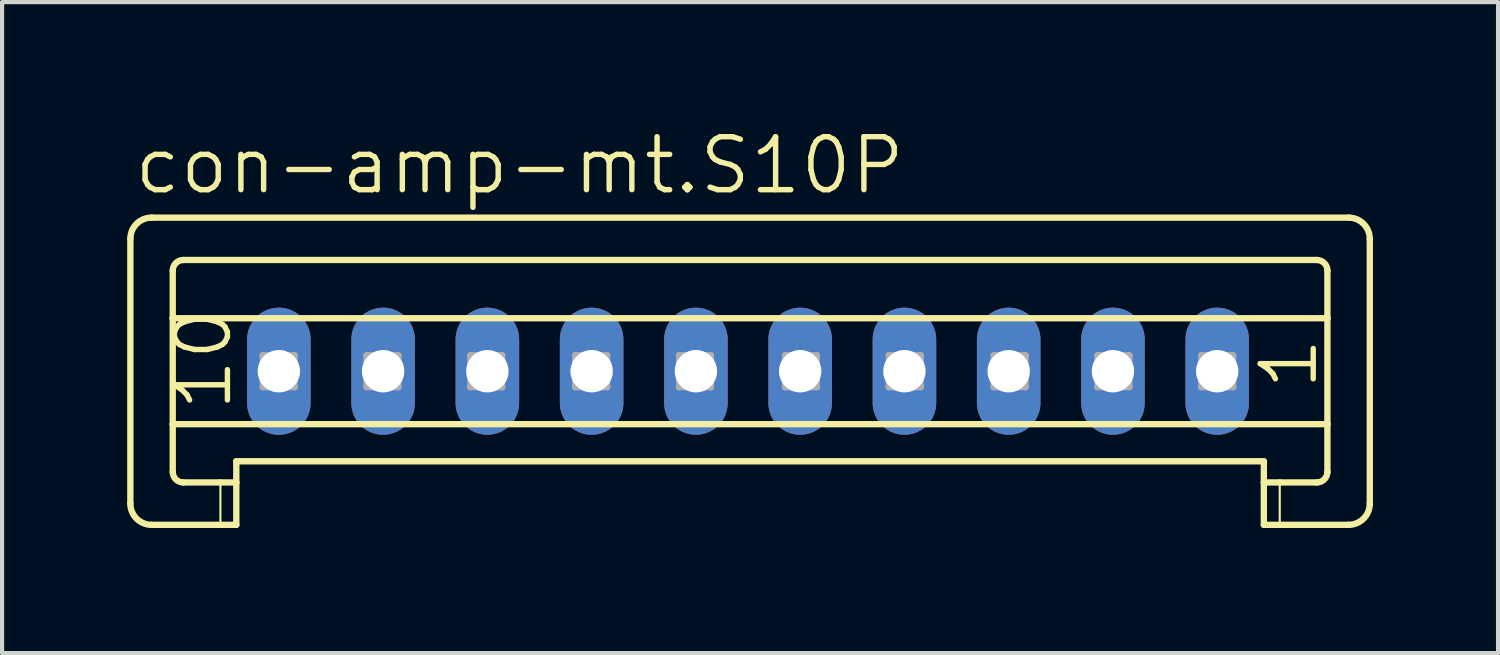
<source format=kicad_pcb>
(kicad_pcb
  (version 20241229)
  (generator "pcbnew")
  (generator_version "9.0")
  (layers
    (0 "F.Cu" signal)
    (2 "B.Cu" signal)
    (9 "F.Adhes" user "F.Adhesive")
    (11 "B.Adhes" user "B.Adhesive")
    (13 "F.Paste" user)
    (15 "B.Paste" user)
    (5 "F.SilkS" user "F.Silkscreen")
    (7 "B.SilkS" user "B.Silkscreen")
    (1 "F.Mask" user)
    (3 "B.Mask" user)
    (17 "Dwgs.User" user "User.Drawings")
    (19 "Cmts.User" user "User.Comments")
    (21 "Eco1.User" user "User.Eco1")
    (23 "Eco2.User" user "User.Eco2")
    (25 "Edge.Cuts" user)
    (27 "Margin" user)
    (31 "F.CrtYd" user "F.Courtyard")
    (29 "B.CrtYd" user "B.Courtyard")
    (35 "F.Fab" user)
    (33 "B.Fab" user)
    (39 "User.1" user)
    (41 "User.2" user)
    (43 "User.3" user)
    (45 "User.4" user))
  (footprint "con-amp-mt.S10P"
    (layer "F.Cu")
    (at 14.886 5.851)
    (property "Reference" "con-amp-mt.S10P" (at -14.785 -4.191 0) (layer "F.SilkS") (effects (font (size 1.27 1.27) (thickness 0.13)) (justify left bottom)))
    (attr through_hole)
    (fp_line (start -14.81 -3.175) (end -14.81 3.175) (stroke (width 0.152) (type default)) (layer "F.SilkS"))
    (fp_line (start -14.302 -3.683) (end 14.4 -3.683) (stroke (width 0.152) (type default)) (layer "F.SilkS"))
    (fp_line (start -13.794 -1.27) (end -13.794 -2.413) (stroke (width 0.152) (type default)) (layer "F.SilkS"))
    (fp_line (start -13.794 -1.27) (end 13.892 -1.27) (stroke (width 0.152) (type default)) (layer "F.SilkS"))
    (fp_line (start -13.794 1.27) (end -13.794 -1.27) (stroke (width 0.152) (type default)) (layer "F.SilkS"))
    (fp_line (start -13.794 1.27) (end 13.892 1.27) (stroke (width 0.152) (type default)) (layer "F.SilkS"))
    (fp_line (start -13.794 2.413) (end -13.794 1.27) (stroke (width 0.152) (type default)) (layer "F.SilkS"))
    (fp_line (start -13.54 -2.667) (end 13.638 -2.667) (stroke (width 0.152) (type default)) (layer "F.SilkS"))
    (fp_line (start -13.54 2.667) (end -12.651 2.667) (stroke (width 0.152) (type default)) (layer "F.SilkS"))
    (fp_line (start -12.651 2.667) (end -12.651 3.683) (stroke (width 0.051) (type default)) (layer "F.SilkS"))
    (fp_line (start -12.651 2.667) (end -12.27 2.667) (stroke (width 0.152) (type default)) (layer "F.SilkS"))
    (fp_line (start -12.651 3.683) (end -14.302 3.683) (stroke (width 0.152) (type default)) (layer "F.SilkS"))
    (fp_line (start -12.27 2.159) (end 12.368 2.159) (stroke (width 0.152) (type default)) (layer "F.SilkS"))
    (fp_line (start -12.27 2.667) (end -12.27 2.159) (stroke (width 0.152) (type default)) (layer "F.SilkS"))
    (fp_line (start -12.27 2.667) (end -12.27 3.683) (stroke (width 0.152) (type default)) (layer "F.SilkS"))
    (fp_line (start -12.27 3.683) (end -12.651 3.683) (stroke (width 0.152) (type default)) (layer "F.SilkS"))
    (fp_line (start 12.368 2.667) (end 12.368 2.159) (stroke (width 0.152) (type default)) (layer "F.SilkS"))
    (fp_line (start 12.368 2.667) (end 12.749 2.667) (stroke (width 0.152) (type default)) (layer "F.SilkS"))
    (fp_line (start 12.368 3.683) (end 12.368 2.667) (stroke (width 0.152) (type default)) (layer "F.SilkS"))
    (fp_line (start 12.749 2.667) (end 12.749 3.683) (stroke (width 0.051) (type default)) (layer "F.SilkS"))
    (fp_line (start 12.749 2.667) (end 13.638 2.667) (stroke (width 0.152) (type default)) (layer "F.SilkS"))
    (fp_line (start 12.749 3.683) (end 12.368 3.683) (stroke (width 0.152) (type default)) (layer "F.SilkS"))
    (fp_line (start 13.892 -1.27) (end 13.892 -2.413) (stroke (width 0.152) (type default)) (layer "F.SilkS"))
    (fp_line (start 13.892 1.27) (end 13.892 -1.27) (stroke (width 0.152) (type default)) (layer "F.SilkS"))
    (fp_line (start 13.892 2.413) (end 13.892 1.27) (stroke (width 0.152) (type default)) (layer "F.SilkS"))
    (fp_line (start 14.4 3.683) (end 12.749 3.683) (stroke (width 0.152) (type default)) (layer "F.SilkS"))
    (fp_line (start 14.908 -3.175) (end 14.908 3.175) (stroke (width 0.152) (type default)) (layer "F.SilkS"))
    (fp_arc (start -14.81 -3.175) (mid -14.66121 -3.53421) (end -14.302 -3.683) (stroke (width 0.1524) (type default)) (layer "F.SilkS"))
    (fp_arc (start -14.302 3.683) (mid -14.66121 3.53421) (end -14.81 3.175) (stroke (width 0.1524) (type default)) (layer "F.SilkS"))
    (fp_arc (start -13.794 -2.413) (mid -13.719605 -2.592605) (end -13.54 -2.667) (stroke (width 0.1524) (type default)) (layer "F.SilkS"))
    (fp_arc (start -13.54 2.667) (mid -13.719605 2.592605) (end -13.794 2.413) (stroke (width 0.1524) (type default)) (layer "F.SilkS"))
    (fp_arc (start 13.638 -2.667) (mid 13.817605 -2.592605) (end 13.892 -2.413) (stroke (width 0.1524) (type default)) (layer "F.SilkS"))
    (fp_arc (start 13.892 2.413) (mid 13.817605 2.592605) (end 13.638 2.667) (stroke (width 0.1524) (type default)) (layer "F.SilkS"))
    (fp_arc (start 14.4 -3.683) (mid 14.75921 -3.53421) (end 14.908 -3.175) (stroke (width 0.1524) (type default)) (layer "F.SilkS"))
    (fp_arc (start 14.908 3.175) (mid 14.75921 3.53421) (end 14.4 3.683) (stroke (width 0.1524) (type default)) (layer "F.SilkS"))
    (fp_line (start -11.635 -0.381) (end -11.635 0.381) (stroke (width 0.152) (type default)) (layer "F.Fab"))
    (fp_line (start -11.635 -0.381) (end -10.873 0.381) (stroke (width 0.152) (type default)) (layer "F.Fab"))
    (fp_line (start -11.635 0.381) (end -10.873 0.381) (stroke (width 0.152) (type default)) (layer "F.Fab"))
    (fp_line (start -10.873 -0.381) (end -11.635 -0.381) (stroke (width 0.152) (type default)) (layer "F.Fab"))
    (fp_line (start -10.873 -0.381) (end -11.635 0.381) (stroke (width 0.152) (type default)) (layer "F.Fab"))
    (fp_line (start -10.873 0.381) (end -10.873 -0.381) (stroke (width 0.152) (type default)) (layer "F.Fab"))
    (fp_line (start -9.146 -0.381) (end -9.146 0.381) (stroke (width 0.152) (type default)) (layer "F.Fab"))
    (fp_line (start -9.146 -0.381) (end -8.384 0.381) (stroke (width 0.152) (type default)) (layer "F.Fab"))
    (fp_line (start -9.146 0.381) (end -8.384 0.381) (stroke (width 0.152) (type default)) (layer "F.Fab"))
    (fp_line (start -8.384 -0.381) (end -9.146 -0.381) (stroke (width 0.152) (type default)) (layer "F.Fab"))
    (fp_line (start -8.384 -0.381) (end -9.146 0.381) (stroke (width 0.152) (type default)) (layer "F.Fab"))
    (fp_line (start -8.384 0.381) (end -8.384 -0.381) (stroke (width 0.152) (type default)) (layer "F.Fab"))
    (fp_line (start -6.657 -0.381) (end -6.657 0.381) (stroke (width 0.152) (type default)) (layer "F.Fab"))
    (fp_line (start -6.657 -0.381) (end -5.895 0.381) (stroke (width 0.152) (type default)) (layer "F.Fab"))
    (fp_line (start -6.657 0.381) (end -5.895 0.381) (stroke (width 0.152) (type default)) (layer "F.Fab"))
    (fp_line (start -5.895 -0.381) (end -6.657 -0.381) (stroke (width 0.152) (type default)) (layer "F.Fab"))
    (fp_line (start -5.895 -0.381) (end -6.657 0.381) (stroke (width 0.152) (type default)) (layer "F.Fab"))
    (fp_line (start -5.895 0.381) (end -5.895 -0.381) (stroke (width 0.152) (type default)) (layer "F.Fab"))
    (fp_line (start -4.142 -0.381) (end -4.142 0.381) (stroke (width 0.152) (type default)) (layer "F.Fab"))
    (fp_line (start -4.142 -0.381) (end -3.38 0.381) (stroke (width 0.152) (type default)) (layer "F.Fab"))
    (fp_line (start -4.142 0.381) (end -3.38 0.381) (stroke (width 0.152) (type default)) (layer "F.Fab"))
    (fp_line (start -3.38 -0.381) (end -4.142 -0.381) (stroke (width 0.152) (type default)) (layer "F.Fab"))
    (fp_line (start -3.38 -0.381) (end -4.142 0.381) (stroke (width 0.152) (type default)) (layer "F.Fab"))
    (fp_line (start -3.38 0.381) (end -3.38 -0.381) (stroke (width 0.152) (type default)) (layer "F.Fab"))
    (fp_line (start -1.653 -0.381) (end -1.653 0.381) (stroke (width 0.152) (type default)) (layer "F.Fab"))
    (fp_line (start -1.653 -0.381) (end -0.891 0.381) (stroke (width 0.152) (type default)) (layer "F.Fab"))
    (fp_line (start -1.653 0.381) (end -0.891 0.381) (stroke (width 0.152) (type default)) (layer "F.Fab"))
    (fp_line (start -0.891 -0.381) (end -1.653 -0.381) (stroke (width 0.152) (type default)) (layer "F.Fab"))
    (fp_line (start -0.891 -0.381) (end -1.653 0.381) (stroke (width 0.152) (type default)) (layer "F.Fab"))
    (fp_line (start -0.891 0.381) (end -0.891 -0.381) (stroke (width 0.152) (type default)) (layer "F.Fab"))
    (fp_line (start 0.887 -0.381) (end 0.887 0.381) (stroke (width 0.152) (type default)) (layer "F.Fab"))
    (fp_line (start 0.887 -0.381) (end 1.649 0.381) (stroke (width 0.152) (type default)) (layer "F.Fab"))
    (fp_line (start 0.887 0.381) (end 1.649 0.381) (stroke (width 0.152) (type default)) (layer "F.Fab"))
    (fp_line (start 1.649 -0.381) (end 0.887 -0.381) (stroke (width 0.152) (type default)) (layer "F.Fab"))
    (fp_line (start 1.649 -0.381) (end 0.887 0.381) (stroke (width 0.152) (type default)) (layer "F.Fab"))
    (fp_line (start 1.649 0.381) (end 1.649 -0.381) (stroke (width 0.152) (type default)) (layer "F.Fab"))
    (fp_line (start 3.376 -0.381) (end 3.376 0.381) (stroke (width 0.152) (type default)) (layer "F.Fab"))
    (fp_line (start 3.376 -0.381) (end 4.138 0.381) (stroke (width 0.152) (type default)) (layer "F.Fab"))
    (fp_line (start 3.376 0.381) (end 4.138 0.381) (stroke (width 0.152) (type default)) (layer "F.Fab"))
    (fp_line (start 4.138 -0.381) (end 3.376 -0.381) (stroke (width 0.152) (type default)) (layer "F.Fab"))
    (fp_line (start 4.138 -0.381) (end 3.376 0.381) (stroke (width 0.152) (type default)) (layer "F.Fab"))
    (fp_line (start 4.138 0.381) (end 4.138 -0.381) (stroke (width 0.152) (type default)) (layer "F.Fab"))
    (fp_line (start 5.891 -0.381) (end 5.891 0.381) (stroke (width 0.152) (type default)) (layer "F.Fab"))
    (fp_line (start 5.891 -0.381) (end 6.653 0.381) (stroke (width 0.152) (type default)) (layer "F.Fab"))
    (fp_line (start 5.891 0.381) (end 6.653 0.381) (stroke (width 0.152) (type default)) (layer "F.Fab"))
    (fp_line (start 6.653 -0.381) (end 5.891 -0.381) (stroke (width 0.152) (type default)) (layer "F.Fab"))
    (fp_line (start 6.653 -0.381) (end 5.891 0.381) (stroke (width 0.152) (type default)) (layer "F.Fab"))
    (fp_line (start 6.653 0.381) (end 6.653 -0.381) (stroke (width 0.152) (type default)) (layer "F.Fab"))
    (fp_line (start 8.38 -0.381) (end 8.38 0.381) (stroke (width 0.152) (type default)) (layer "F.Fab"))
    (fp_line (start 8.38 -0.381) (end 9.142 0.381) (stroke (width 0.152) (type default)) (layer "F.Fab"))
    (fp_line (start 8.38 0.381) (end 9.142 0.381) (stroke (width 0.152) (type default)) (layer "F.Fab"))
    (fp_line (start 9.142 -0.381) (end 8.38 -0.381) (stroke (width 0.152) (type default)) (layer "F.Fab"))
    (fp_line (start 9.142 -0.381) (end 8.38 0.381) (stroke (width 0.152) (type default)) (layer "F.Fab"))
    (fp_line (start 9.142 0.381) (end 9.142 -0.381) (stroke (width 0.152) (type default)) (layer "F.Fab"))
    (fp_line (start 10.869 -0.381) (end 10.869 0.381) (stroke (width 0.152) (type default)) (layer "F.Fab"))
    (fp_line (start 10.869 -0.381) (end 11.631 0.381) (stroke (width 0.152) (type default)) (layer "F.Fab"))
    (fp_line (start 10.869 0.381) (end 11.631 0.381) (stroke (width 0.152) (type default)) (layer "F.Fab"))
    (fp_line (start 11.631 -0.381) (end 10.869 -0.381) (stroke (width 0.152) (type default)) (layer "F.Fab"))
    (fp_line (start 11.631 -0.381) (end 10.869 0.381) (stroke (width 0.152) (type default)) (layer "F.Fab"))
    (fp_line (start 11.631 0.381) (end 11.631 -0.381) (stroke (width 0.152) (type default)) (layer "F.Fab"))
    (fp_text user "10" (at -12.321 1.016 90) (layer "F.SilkS") (effects (font (size 1.27 1.27) (thickness 0.13)) (justify left bottom)))
    (fp_text user "1" (at 13.714 0.508 90) (layer "F.SilkS") (effects (font (size 1.27 1.27) (thickness 0.13)) (justify left bottom)))
    (pad "1" thru_hole oval (at 11.25 0 90) (size 3.048 1.524) (drill 1.016) (layers "*.Cu" "*.Mask"))
    (pad "2" thru_hole oval (at 8.75 0 90) (size 3.048 1.524) (drill 1.016) (layers "*.Cu" "*.Mask"))
    (pad "3" thru_hole oval (at 6.25 0 90) (size 3.048 1.524) (drill 1.016) (layers "*.Cu" "*.Mask"))
    (pad "4" thru_hole oval (at 3.75 0 90) (size 3.048 1.524) (drill 1.016) (layers "*.Cu" "*.Mask"))
    (pad "5" thru_hole oval (at 1.25 0 90) (size 3.048 1.524) (drill 1.016) (layers "*.Cu" "*.Mask"))
    (pad "6" thru_hole oval (at -1.25 0 90) (size 3.048 1.524) (drill 1.016) (layers "*.Cu" "*.Mask"))
    (pad "7" thru_hole oval (at -3.75 0 90) (size 3.048 1.524) (drill 1.016) (layers "*.Cu" "*.Mask"))
    (pad "8" thru_hole oval (at -6.25 0 90) (size 3.048 1.524) (drill 1.016) (layers "*.Cu" "*.Mask"))
    (pad "9" thru_hole oval (at -8.75 0 90) (size 3.048 1.524) (drill 1.016) (layers "*.Cu" "*.Mask"))
    (pad "10" thru_hole oval (at -11.25 0 90) (size 3.048 1.524) (drill 1.016) (layers "*.Cu" "*.Mask")))
  (gr_rect
    (start -3 -3)
    (end 32.87 12.61)
    (stroke (width 0.1) (type default))
    (fill no)
    (layer "Edge.Cuts")))
</source>
